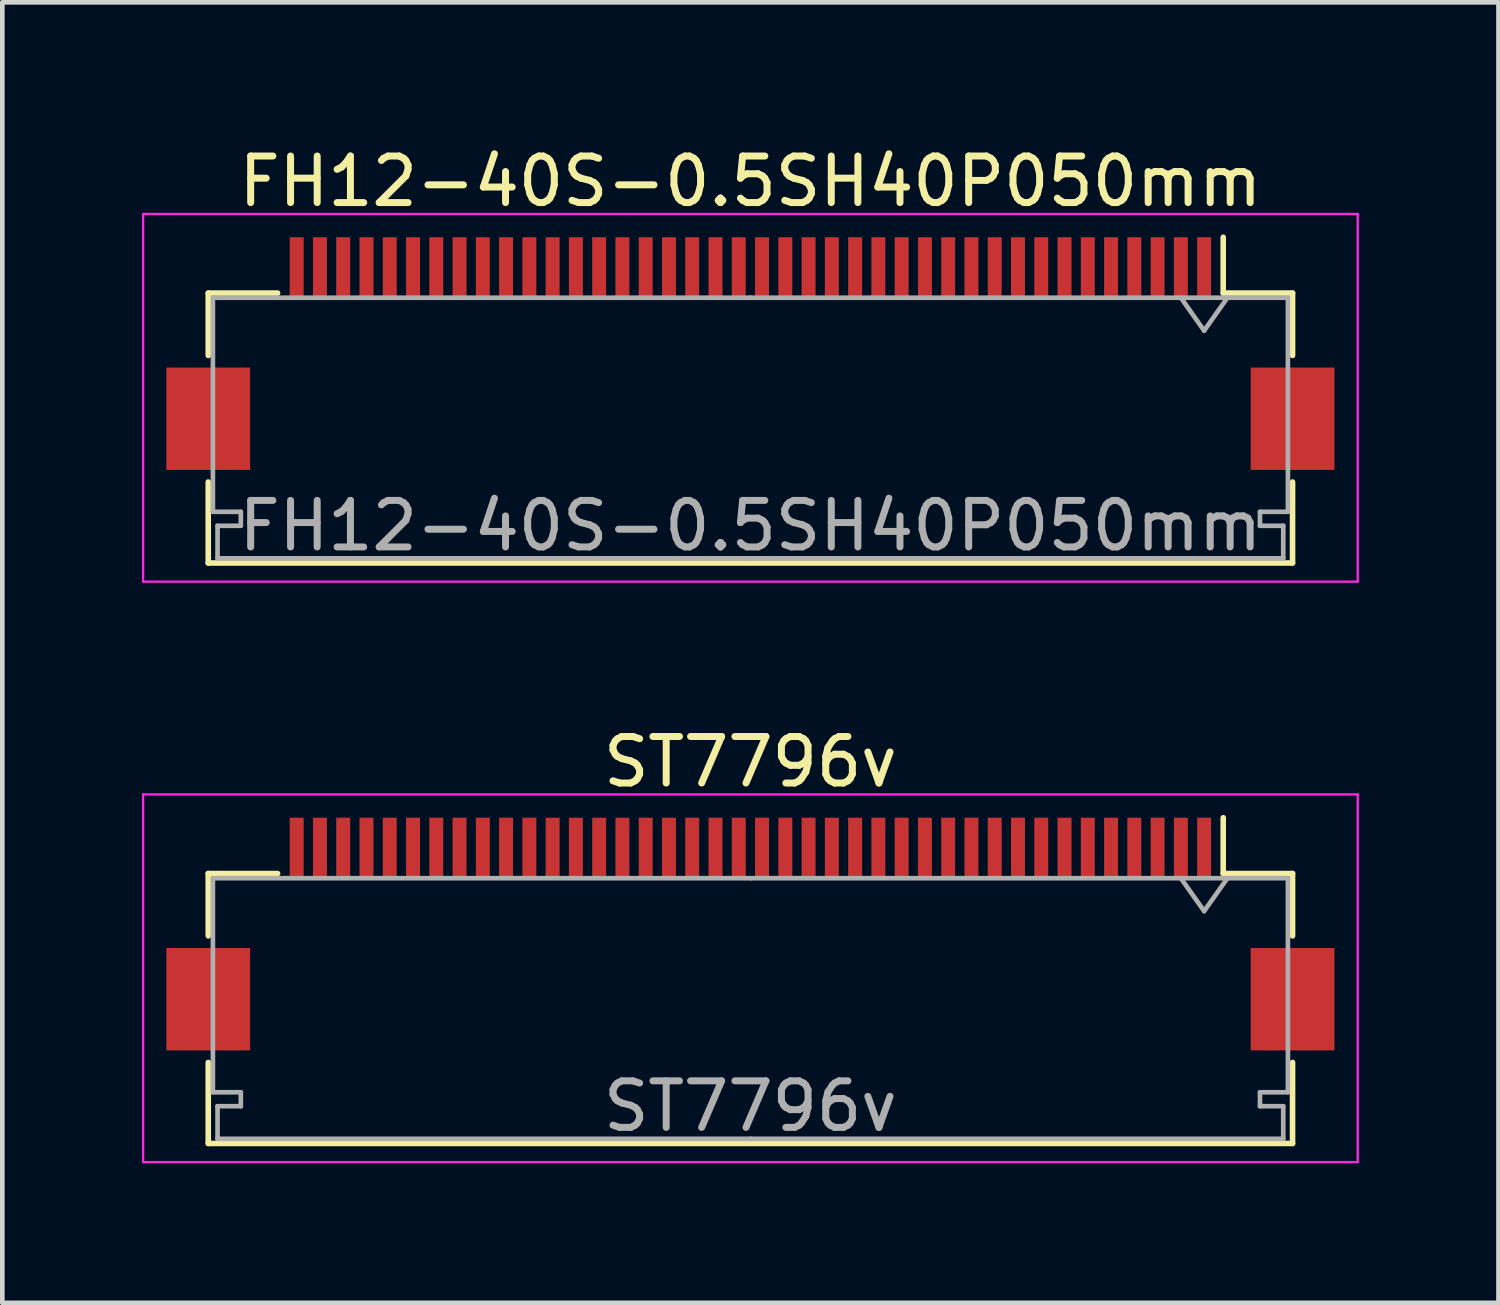
<source format=kicad_pcb>
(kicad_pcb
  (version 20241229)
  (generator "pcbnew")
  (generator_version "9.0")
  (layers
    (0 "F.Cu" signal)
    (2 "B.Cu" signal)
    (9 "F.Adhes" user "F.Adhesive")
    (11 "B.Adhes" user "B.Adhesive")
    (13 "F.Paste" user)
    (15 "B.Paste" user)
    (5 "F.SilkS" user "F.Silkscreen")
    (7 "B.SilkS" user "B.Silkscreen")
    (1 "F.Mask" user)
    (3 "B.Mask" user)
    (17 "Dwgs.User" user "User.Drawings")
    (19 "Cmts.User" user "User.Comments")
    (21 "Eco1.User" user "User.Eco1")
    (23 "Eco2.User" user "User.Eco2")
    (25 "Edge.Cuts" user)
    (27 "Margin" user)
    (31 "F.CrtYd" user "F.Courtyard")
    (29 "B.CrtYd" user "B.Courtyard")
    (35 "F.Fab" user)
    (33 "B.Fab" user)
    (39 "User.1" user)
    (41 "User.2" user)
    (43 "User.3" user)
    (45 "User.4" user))
  (footprint "ST7796v"
    (layer "F.Cu")
    (at 5.963 17.021)
    (property "Reference" "ST7796v" (at 7.112 -3.7 0) (layer "F.SilkS") (effects (font (size 1 1) (thickness 0.15))))
    (attr smd)
    (fp_line (start -4.538 -1.3) (end -4.538 0.04) (stroke (width 0.12) (type solid)) (layer "F.SilkS"))
    (fp_line (start -4.538 4.5) (end -4.538 2.76) (stroke (width 0.12) (type solid)) (layer "F.SilkS"))
    (fp_line (start -3.048 -1.3) (end -4.538 -1.3) (stroke (width 0.12) (type solid)) (layer "F.SilkS"))
    (fp_line (start 17.272 -1.3) (end 17.272 -2.5) (stroke (width 0.12) (type solid)) (layer "F.SilkS"))
    (fp_line (start 17.272 -1.3) (end 18.762 -1.3) (stroke (width 0.12) (type solid)) (layer "F.SilkS"))
    (fp_line (start 18.762 -1.3) (end 18.762 0.04) (stroke (width 0.12) (type solid)) (layer "F.SilkS"))
    (fp_line (start 18.762 2.76) (end 18.762 4.5) (stroke (width 0.12) (type solid)) (layer "F.SilkS"))
    (fp_line (start 18.762 4.5) (end -4.538 4.5) (stroke (width 0.12) (type solid)) (layer "F.SilkS"))
    (fp_line (start -5.938 -3) (end 20.162 -3) (stroke (width 0.05) (type solid)) (layer "F.CrtYd"))
    (fp_line (start -5.938 4.9) (end -5.938 -3) (stroke (width 0.05) (type solid)) (layer "F.CrtYd"))
    (fp_line (start 20.162 -3) (end 20.162 4.9) (stroke (width 0.05) (type solid)) (layer "F.CrtYd"))
    (fp_line (start 20.162 4.9) (end -5.938 4.9) (stroke (width 0.05) (type solid)) (layer "F.CrtYd"))
    (fp_line (start -4.438 -1.2) (end -4.438 3.4) (stroke (width 0.1) (type solid)) (layer "F.Fab"))
    (fp_line (start -4.438 3.4) (end -3.838 3.4) (stroke (width 0.1) (type solid)) (layer "F.Fab"))
    (fp_line (start -4.338 3.7) (end -4.338 4.4) (stroke (width 0.1) (type solid)) (layer "F.Fab"))
    (fp_line (start -4.338 4.4) (end 7.112 4.4) (stroke (width 0.1) (type solid)) (layer "F.Fab"))
    (fp_line (start -3.838 3.4) (end -3.838 3.7) (stroke (width 0.1) (type solid)) (layer "F.Fab"))
    (fp_line (start -3.838 3.7) (end -4.338 3.7) (stroke (width 0.1) (type solid)) (layer "F.Fab"))
    (fp_line (start 7.112 -1.2) (end -4.438 -1.2) (stroke (width 0.1) (type solid)) (layer "F.Fab"))
    (fp_line (start 7.112 -1.2) (end 18.662 -1.2) (stroke (width 0.1) (type solid)) (layer "F.Fab"))
    (fp_line (start 16.862 -0.493) (end 16.362 -1.2) (stroke (width 0.1) (type solid)) (layer "F.Fab"))
    (fp_line (start 17.362 -1.2) (end 16.862 -0.493) (stroke (width 0.1) (type solid)) (layer "F.Fab"))
    (fp_line (start 18.062 3.4) (end 18.062 3.7) (stroke (width 0.1) (type solid)) (layer "F.Fab"))
    (fp_line (start 18.062 3.7) (end 18.562 3.7) (stroke (width 0.1) (type solid)) (layer "F.Fab"))
    (fp_line (start 18.562 3.7) (end 18.562 4.4) (stroke (width 0.1) (type solid)) (layer "F.Fab"))
    (fp_line (start 18.562 4.4) (end 7.112 4.4) (stroke (width 0.1) (type solid)) (layer "F.Fab"))
    (fp_line (start 18.662 -1.2) (end 18.662 3.4) (stroke (width 0.1) (type solid)) (layer "F.Fab"))
    (fp_line (start 18.662 3.4) (end 18.062 3.4) (stroke (width 0.1) (type solid)) (layer "F.Fab"))
    (fp_text user "${REFERENCE}" (at 7.112 3.7 0) (layer "F.Fab") (effects (font (size 1 1) (thickness 0.15))))
    (pad "" smd rect (at -4.538 1.4) (size 1.8 2.2) (layers "F.Cu" "F.Mask" "F.Paste"))
    (pad "" smd rect (at 18.762 1.4) (size 1.8 2.2) (layers "F.Cu" "F.Mask" "F.Paste"))
    (pad "1" smd rect (at 16.862 -1.85) (size 0.3 1.3) (layers "F.Cu" "F.Mask" "F.Paste"))
    (pad "2" smd rect (at 16.362 -1.85) (size 0.3 1.3) (layers "F.Cu" "F.Mask" "F.Paste"))
    (pad "3" smd rect (at 15.862 -1.85) (size 0.3 1.3) (layers "F.Cu" "F.Mask" "F.Paste"))
    (pad "4" smd rect (at 15.362 -1.85) (size 0.3 1.3) (layers "F.Cu" "F.Mask" "F.Paste"))
    (pad "5" smd rect (at 14.862 -1.85) (size 0.3 1.3) (layers "F.Cu" "F.Mask" "F.Paste"))
    (pad "6" smd rect (at 14.362 -1.85) (size 0.3 1.3) (layers "F.Cu" "F.Mask" "F.Paste"))
    (pad "7" smd rect (at 13.862 -1.85) (size 0.3 1.3) (layers "F.Cu" "F.Mask" "F.Paste"))
    (pad "8" smd rect (at 13.362 -1.85) (size 0.3 1.3) (layers "F.Cu" "F.Mask" "F.Paste"))
    (pad "9" smd rect (at 12.862 -1.85) (size 0.3 1.3) (layers "F.Cu" "F.Mask" "F.Paste"))
    (pad "10" smd rect (at 12.362 -1.85) (size 0.3 1.3) (layers "F.Cu" "F.Mask" "F.Paste"))
    (pad "11" smd rect (at 11.862 -1.85) (size 0.3 1.3) (layers "F.Cu" "F.Mask" "F.Paste"))
    (pad "12" smd rect (at 11.362 -1.85) (size 0.3 1.3) (layers "F.Cu" "F.Mask" "F.Paste"))
    (pad "13" smd rect (at 10.862 -1.85) (size 0.3 1.3) (layers "F.Cu" "F.Mask" "F.Paste"))
    (pad "14" smd rect (at 10.362 -1.85) (size 0.3 1.3) (layers "F.Cu" "F.Mask" "F.Paste"))
    (pad "15" smd rect (at 9.862 -1.85) (size 0.3 1.3) (layers "F.Cu" "F.Mask" "F.Paste"))
    (pad "16" smd rect (at 9.362 -1.85) (size 0.3 1.3) (layers "F.Cu" "F.Mask" "F.Paste"))
    (pad "17" smd rect (at 8.862 -1.85) (size 0.3 1.3) (layers "F.Cu" "F.Mask" "F.Paste"))
    (pad "18" smd rect (at 8.362 -1.85) (size 0.3 1.3) (layers "F.Cu" "F.Mask" "F.Paste"))
    (pad "19" smd rect (at 7.862 -1.85) (size 0.3 1.3) (layers "F.Cu" "F.Mask" "F.Paste"))
    (pad "20" smd rect (at 7.362 -1.85) (size 0.3 1.3) (layers "F.Cu" "F.Mask" "F.Paste"))
    (pad "21" smd rect (at 6.862 -1.85) (size 0.3 1.3) (layers "F.Cu" "F.Mask" "F.Paste"))
    (pad "22" smd rect (at 6.362 -1.85) (size 0.3 1.3) (layers "F.Cu" "F.Mask" "F.Paste"))
    (pad "23" smd rect (at 5.862 -1.85) (size 0.3 1.3) (layers "F.Cu" "F.Mask" "F.Paste"))
    (pad "24" smd rect (at 5.362 -1.85) (size 0.3 1.3) (layers "F.Cu" "F.Mask" "F.Paste"))
    (pad "25" smd rect (at 4.862 -1.85) (size 0.3 1.3) (layers "F.Cu" "F.Mask" "F.Paste"))
    (pad "26" smd rect (at 4.362 -1.85) (size 0.3 1.3) (layers "F.Cu" "F.Mask" "F.Paste"))
    (pad "27" smd rect (at 3.862 -1.85) (size 0.3 1.3) (layers "F.Cu" "F.Mask" "F.Paste"))
    (pad "28" smd rect (at 3.362 -1.85) (size 0.3 1.3) (layers "F.Cu" "F.Mask" "F.Paste"))
    (pad "29" smd rect (at 2.862 -1.85) (size 0.3 1.3) (layers "F.Cu" "F.Mask" "F.Paste"))
    (pad "30" smd rect (at 2.362 -1.85) (size 0.3 1.3) (layers "F.Cu" "F.Mask" "F.Paste"))
    (pad "31" smd rect (at 1.862 -1.85) (size 0.3 1.3) (layers "F.Cu" "F.Mask" "F.Paste"))
    (pad "32" smd rect (at 1.362 -1.85) (size 0.3 1.3) (layers "F.Cu" "F.Mask" "F.Paste"))
    (pad "33" smd rect (at 0.862 -1.85) (size 0.3 1.3) (layers "F.Cu" "F.Mask" "F.Paste"))
    (pad "34" smd rect (at 0.362 -1.85) (size 0.3 1.3) (layers "F.Cu" "F.Mask" "F.Paste"))
    (pad "35" smd rect (at -0.138 -1.85) (size 0.3 1.3) (layers "F.Cu" "F.Mask" "F.Paste"))
    (pad "36" smd rect (at -0.638 -1.85) (size 0.3 1.3) (layers "F.Cu" "F.Mask" "F.Paste"))
    (pad "37" smd rect (at -1.138 -1.85) (size 0.3 1.3) (layers "F.Cu" "F.Mask" "F.Paste"))
    (pad "38" smd rect (at -1.638 -1.85) (size 0.3 1.3) (layers "F.Cu" "F.Mask" "F.Paste"))
    (pad "39" smd rect (at -2.138 -1.85) (size 0.3 1.3) (layers "F.Cu" "F.Mask" "F.Paste"))
    (pad "40" smd rect (at -2.638 -1.85) (size 0.3 1.3) (layers "F.Cu" "F.Mask" "F.Paste")))
  (footprint "FH12-40S-0.5SH40P050mm"
    (layer "F.Cu")
    (at 5.963 4.548)
    (property "Reference" "FH12-40S-0.5SH40P050mm" (at 7.112 -3.7 0) (layer "F.SilkS") (effects (font (size 1 1) (thickness 0.15))))
    (attr smd)
    (fp_line (start -4.538 -1.3) (end -4.538 0.04) (stroke (width 0.12) (type solid)) (layer "F.SilkS"))
    (fp_line (start -4.538 4.5) (end -4.538 2.76) (stroke (width 0.12) (type solid)) (layer "F.SilkS"))
    (fp_line (start -3.048 -1.3) (end -4.538 -1.3) (stroke (width 0.12) (type solid)) (layer "F.SilkS"))
    (fp_line (start 17.272 -1.3) (end 17.272 -2.5) (stroke (width 0.12) (type solid)) (layer "F.SilkS"))
    (fp_line (start 17.272 -1.3) (end 18.762 -1.3) (stroke (width 0.12) (type solid)) (layer "F.SilkS"))
    (fp_line (start 18.762 -1.3) (end 18.762 0.04) (stroke (width 0.12) (type solid)) (layer "F.SilkS"))
    (fp_line (start 18.762 2.76) (end 18.762 4.5) (stroke (width 0.12) (type solid)) (layer "F.SilkS"))
    (fp_line (start 18.762 4.5) (end -4.538 4.5) (stroke (width 0.12) (type solid)) (layer "F.SilkS"))
    (fp_line (start -5.938 -3) (end 20.162 -3) (stroke (width 0.05) (type solid)) (layer "F.CrtYd"))
    (fp_line (start -5.938 4.9) (end -5.938 -3) (stroke (width 0.05) (type solid)) (layer "F.CrtYd"))
    (fp_line (start 20.162 -3) (end 20.162 4.9) (stroke (width 0.05) (type solid)) (layer "F.CrtYd"))
    (fp_line (start 20.162 4.9) (end -5.938 4.9) (stroke (width 0.05) (type solid)) (layer "F.CrtYd"))
    (fp_line (start -4.438 -1.2) (end -4.438 3.4) (stroke (width 0.1) (type solid)) (layer "F.Fab"))
    (fp_line (start -4.438 3.4) (end -3.838 3.4) (stroke (width 0.1) (type solid)) (layer "F.Fab"))
    (fp_line (start -4.338 3.7) (end -4.338 4.4) (stroke (width 0.1) (type solid)) (layer "F.Fab"))
    (fp_line (start -4.338 4.4) (end 7.112 4.4) (stroke (width 0.1) (type solid)) (layer "F.Fab"))
    (fp_line (start -3.838 3.4) (end -3.838 3.7) (stroke (width 0.1) (type solid)) (layer "F.Fab"))
    (fp_line (start -3.838 3.7) (end -4.338 3.7) (stroke (width 0.1) (type solid)) (layer "F.Fab"))
    (fp_line (start 7.112 -1.2) (end -4.438 -1.2) (stroke (width 0.1) (type solid)) (layer "F.Fab"))
    (fp_line (start 7.112 -1.2) (end 18.662 -1.2) (stroke (width 0.1) (type solid)) (layer "F.Fab"))
    (fp_line (start 16.862 -0.493) (end 16.362 -1.2) (stroke (width 0.1) (type solid)) (layer "F.Fab"))
    (fp_line (start 17.362 -1.2) (end 16.862 -0.493) (stroke (width 0.1) (type solid)) (layer "F.Fab"))
    (fp_line (start 18.062 3.4) (end 18.062 3.7) (stroke (width 0.1) (type solid)) (layer "F.Fab"))
    (fp_line (start 18.062 3.7) (end 18.562 3.7) (stroke (width 0.1) (type solid)) (layer "F.Fab"))
    (fp_line (start 18.562 3.7) (end 18.562 4.4) (stroke (width 0.1) (type solid)) (layer "F.Fab"))
    (fp_line (start 18.562 4.4) (end 7.112 4.4) (stroke (width 0.1) (type solid)) (layer "F.Fab"))
    (fp_line (start 18.662 -1.2) (end 18.662 3.4) (stroke (width 0.1) (type solid)) (layer "F.Fab"))
    (fp_line (start 18.662 3.4) (end 18.062 3.4) (stroke (width 0.1) (type solid)) (layer "F.Fab"))
    (fp_text user "${REFERENCE}" (at 7.112 3.7 0) (layer "F.Fab") (effects (font (size 1 1) (thickness 0.15))))
    (pad "" smd rect (at -4.538 1.4) (size 1.8 2.2) (layers "F.Cu" "F.Mask" "F.Paste"))
    (pad "" smd rect (at 18.762 1.4) (size 1.8 2.2) (layers "F.Cu" "F.Mask" "F.Paste"))
    (pad "1" smd rect (at 16.862 -1.85) (size 0.3 1.3) (layers "F.Cu" "F.Mask" "F.Paste"))
    (pad "2" smd rect (at 16.362 -1.85) (size 0.3 1.3) (layers "F.Cu" "F.Mask" "F.Paste"))
    (pad "3" smd rect (at 15.862 -1.85) (size 0.3 1.3) (layers "F.Cu" "F.Mask" "F.Paste"))
    (pad "4" smd rect (at 15.362 -1.85) (size 0.3 1.3) (layers "F.Cu" "F.Mask" "F.Paste"))
    (pad "5" smd rect (at 14.862 -1.85) (size 0.3 1.3) (layers "F.Cu" "F.Mask" "F.Paste"))
    (pad "6" smd rect (at 14.362 -1.85) (size 0.3 1.3) (layers "F.Cu" "F.Mask" "F.Paste"))
    (pad "7" smd rect (at 13.862 -1.85) (size 0.3 1.3) (layers "F.Cu" "F.Mask" "F.Paste"))
    (pad "8" smd rect (at 13.362 -1.85) (size 0.3 1.3) (layers "F.Cu" "F.Mask" "F.Paste"))
    (pad "9" smd rect (at 12.862 -1.85) (size 0.3 1.3) (layers "F.Cu" "F.Mask" "F.Paste"))
    (pad "10" smd rect (at 12.362 -1.85) (size 0.3 1.3) (layers "F.Cu" "F.Mask" "F.Paste"))
    (pad "11" smd rect (at 11.862 -1.85) (size 0.3 1.3) (layers "F.Cu" "F.Mask" "F.Paste"))
    (pad "12" smd rect (at 11.362 -1.85) (size 0.3 1.3) (layers "F.Cu" "F.Mask" "F.Paste"))
    (pad "13" smd rect (at 10.862 -1.85) (size 0.3 1.3) (layers "F.Cu" "F.Mask" "F.Paste"))
    (pad "14" smd rect (at 10.362 -1.85) (size 0.3 1.3) (layers "F.Cu" "F.Mask" "F.Paste"))
    (pad "15" smd rect (at 9.862 -1.85) (size 0.3 1.3) (layers "F.Cu" "F.Mask" "F.Paste"))
    (pad "16" smd rect (at 9.362 -1.85) (size 0.3 1.3) (layers "F.Cu" "F.Mask" "F.Paste"))
    (pad "17" smd rect (at 8.862 -1.85) (size 0.3 1.3) (layers "F.Cu" "F.Mask" "F.Paste"))
    (pad "18" smd rect (at 8.362 -1.85) (size 0.3 1.3) (layers "F.Cu" "F.Mask" "F.Paste"))
    (pad "19" smd rect (at 7.862 -1.85) (size 0.3 1.3) (layers "F.Cu" "F.Mask" "F.Paste"))
    (pad "20" smd rect (at 7.362 -1.85) (size 0.3 1.3) (layers "F.Cu" "F.Mask" "F.Paste"))
    (pad "21" smd rect (at 6.862 -1.85) (size 0.3 1.3) (layers "F.Cu" "F.Mask" "F.Paste"))
    (pad "22" smd rect (at 6.362 -1.85) (size 0.3 1.3) (layers "F.Cu" "F.Mask" "F.Paste"))
    (pad "23" smd rect (at 5.862 -1.85) (size 0.3 1.3) (layers "F.Cu" "F.Mask" "F.Paste"))
    (pad "24" smd rect (at 5.362 -1.85) (size 0.3 1.3) (layers "F.Cu" "F.Mask" "F.Paste"))
    (pad "25" smd rect (at 4.862 -1.85) (size 0.3 1.3) (layers "F.Cu" "F.Mask" "F.Paste"))
    (pad "26" smd rect (at 4.362 -1.85) (size 0.3 1.3) (layers "F.Cu" "F.Mask" "F.Paste"))
    (pad "27" smd rect (at 3.862 -1.85) (size 0.3 1.3) (layers "F.Cu" "F.Mask" "F.Paste"))
    (pad "28" smd rect (at 3.362 -1.85) (size 0.3 1.3) (layers "F.Cu" "F.Mask" "F.Paste"))
    (pad "29" smd rect (at 2.862 -1.85) (size 0.3 1.3) (layers "F.Cu" "F.Mask" "F.Paste"))
    (pad "30" smd rect (at 2.362 -1.85) (size 0.3 1.3) (layers "F.Cu" "F.Mask" "F.Paste"))
    (pad "31" smd rect (at 1.862 -1.85) (size 0.3 1.3) (layers "F.Cu" "F.Mask" "F.Paste"))
    (pad "32" smd rect (at 1.362 -1.85) (size 0.3 1.3) (layers "F.Cu" "F.Mask" "F.Paste"))
    (pad "33" smd rect (at 0.862 -1.85) (size 0.3 1.3) (layers "F.Cu" "F.Mask" "F.Paste"))
    (pad "34" smd rect (at 0.362 -1.85) (size 0.3 1.3) (layers "F.Cu" "F.Mask" "F.Paste"))
    (pad "35" smd rect (at -0.138 -1.85) (size 0.3 1.3) (layers "F.Cu" "F.Mask" "F.Paste"))
    (pad "36" smd rect (at -0.638 -1.85) (size 0.3 1.3) (layers "F.Cu" "F.Mask" "F.Paste"))
    (pad "37" smd rect (at -1.138 -1.85) (size 0.3 1.3) (layers "F.Cu" "F.Mask" "F.Paste"))
    (pad "38" smd rect (at -1.638 -1.85) (size 0.3 1.3) (layers "F.Cu" "F.Mask" "F.Paste"))
    (pad "39" smd rect (at -2.138 -1.85) (size 0.3 1.3) (layers "F.Cu" "F.Mask" "F.Paste"))
    (pad "40" smd rect (at -2.638 -1.85) (size 0.3 1.3) (layers "F.Cu" "F.Mask" "F.Paste")))
  (gr_rect
    (start -3 -3)
    (end 29.15 24.947)
    (stroke (width 0.1) (type default))
    (fill no)
    (layer "Edge.Cuts")))
</source>
